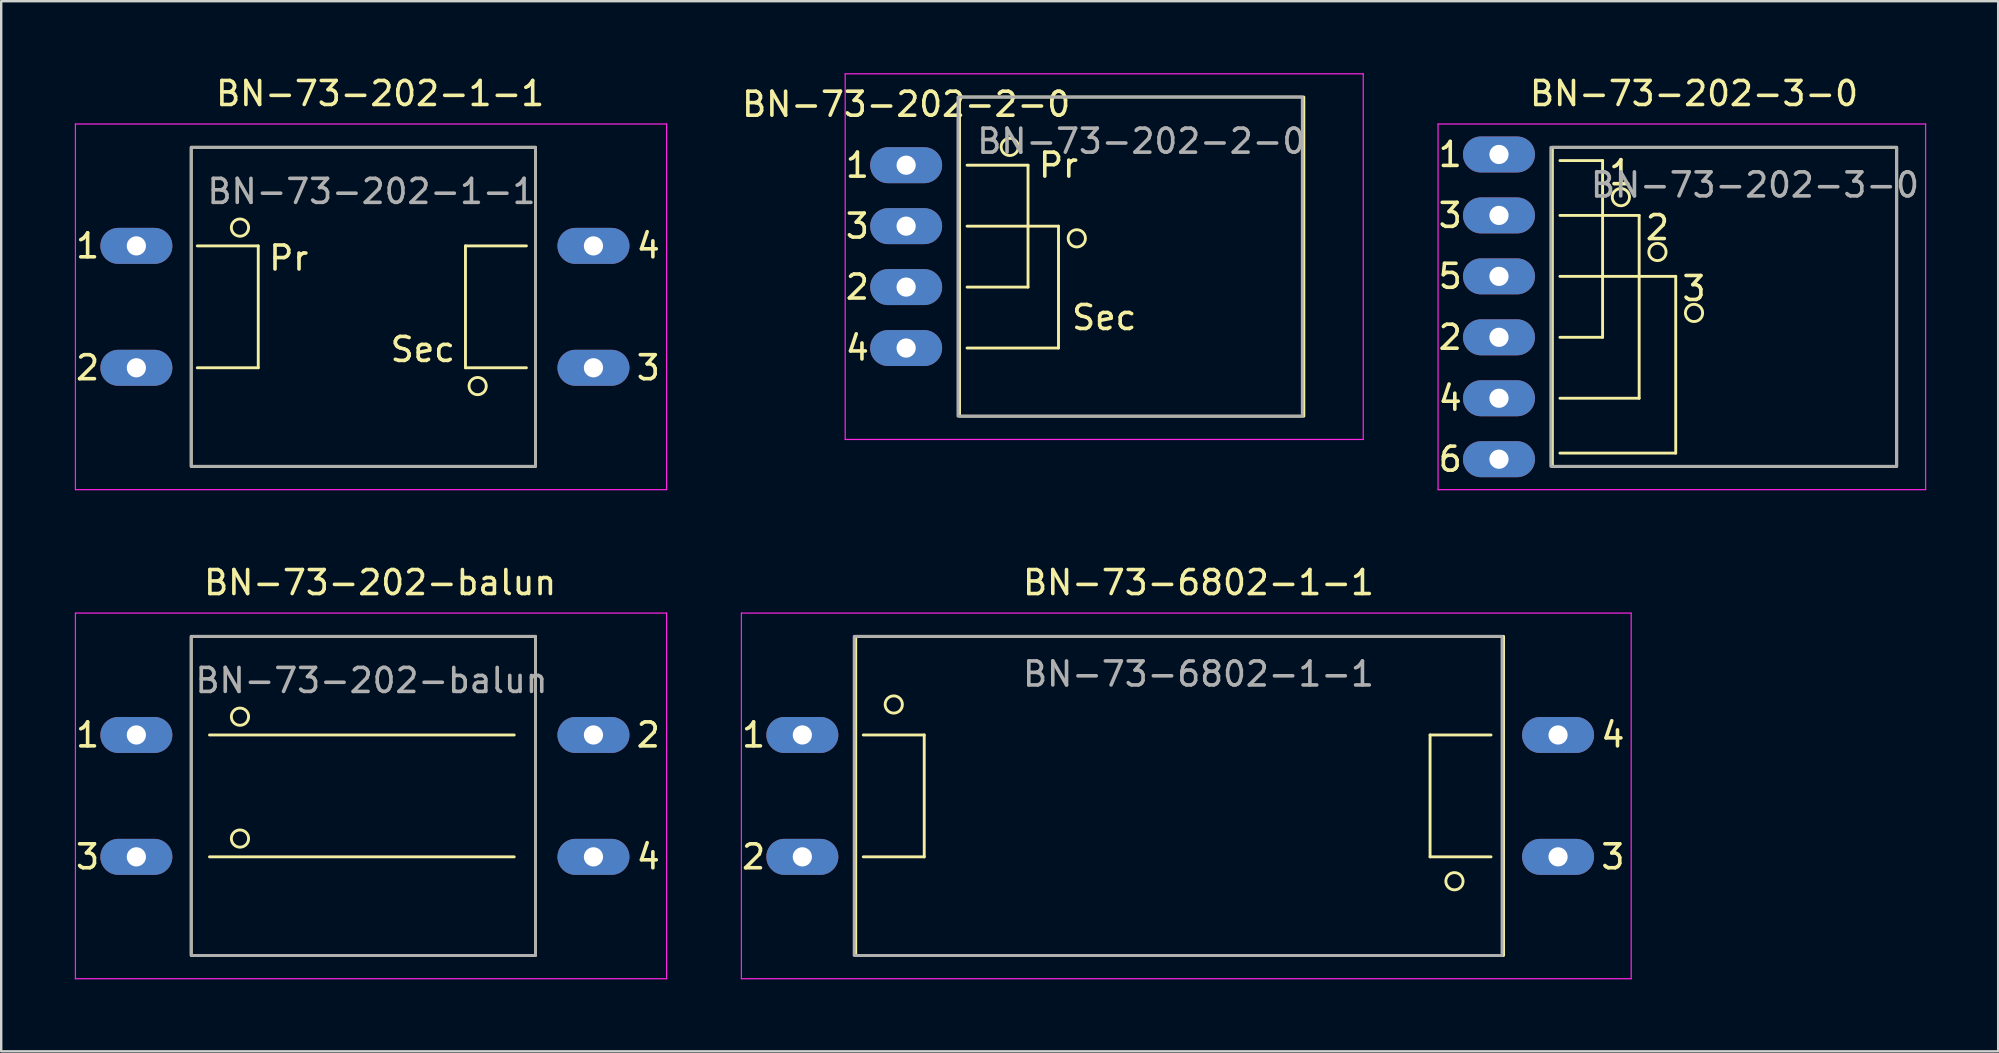
<source format=kicad_pcb>
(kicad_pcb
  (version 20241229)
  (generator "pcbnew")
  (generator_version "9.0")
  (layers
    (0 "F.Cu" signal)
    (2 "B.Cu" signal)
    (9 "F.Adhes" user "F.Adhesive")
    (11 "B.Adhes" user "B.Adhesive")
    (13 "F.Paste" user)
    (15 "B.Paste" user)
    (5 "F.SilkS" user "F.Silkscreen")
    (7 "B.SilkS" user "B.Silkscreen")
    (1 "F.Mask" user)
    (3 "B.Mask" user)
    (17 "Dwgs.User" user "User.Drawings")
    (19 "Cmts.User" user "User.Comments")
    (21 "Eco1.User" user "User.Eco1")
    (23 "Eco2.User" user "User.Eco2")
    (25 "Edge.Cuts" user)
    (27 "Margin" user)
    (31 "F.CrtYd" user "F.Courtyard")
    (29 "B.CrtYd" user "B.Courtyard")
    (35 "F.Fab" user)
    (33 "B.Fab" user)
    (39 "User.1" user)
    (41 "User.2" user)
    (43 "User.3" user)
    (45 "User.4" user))
  (footprint "BN-73-202-3-0"
    (layer "F.Cu")
    (at 59.423 3.388)
    (property "Reference" "BN-73-202-3-0" (at 8.128 -2.54 0) (layer "F.SilkS") (effects (font (size 1 1) (thickness 0.15))))
    (attr through_hole)
    (fp_line (start 2.54 0.254) (end 4.318 0.254) (stroke (width 0.12) (type solid)) (layer "F.SilkS"))
    (fp_line (start 2.54 2.54) (end 5.842 2.54) (stroke (width 0.12) (type solid)) (layer "F.SilkS"))
    (fp_line (start 2.54 5.08) (end 7.366 5.08) (stroke (width 0.12) (type solid)) (layer "F.SilkS"))
    (fp_line (start 4.318 0.254) (end 4.318 7.62) (stroke (width 0.12) (type solid)) (layer "F.SilkS"))
    (fp_line (start 4.318 7.62) (end 2.54 7.62) (stroke (width 0.12) (type solid)) (layer "F.SilkS"))
    (fp_line (start 5.842 2.54) (end 5.842 10.16) (stroke (width 0.12) (type solid)) (layer "F.SilkS"))
    (fp_line (start 5.842 10.16) (end 2.54 10.16) (stroke (width 0.12) (type solid)) (layer "F.SilkS"))
    (fp_line (start 7.366 5.08) (end 7.366 12.446) (stroke (width 0.12) (type solid)) (layer "F.SilkS"))
    (fp_line (start 7.366 12.446) (end 2.54 12.446) (stroke (width 0.12) (type solid)) (layer "F.SilkS"))
    (fp_rect (start 2.225 -0.3) (end 16.575 13) (stroke (width 0.12) (type solid)) (fill no) (layer "F.SilkS"))
    (fp_circle (center 5.08 1.778) (end 5.334 2.032) (stroke (width 0.12) (type solid)) (fill no) (layer "F.SilkS"))
    (fp_circle (center 6.604 4.064) (end 6.858 4.318) (stroke (width 0.12) (type solid)) (fill no) (layer "F.SilkS"))
    (fp_circle (center 8.128 6.604) (end 8.382 6.858) (stroke (width 0.12) (type solid)) (fill no) (layer "F.SilkS"))
    (fp_line (start -2.54 -1.27) (end -2.54 13.97) (stroke (width 0.05) (type solid)) (layer "F.CrtYd"))
    (fp_line (start -2.54 13.97) (end 17.78 13.97) (stroke (width 0.05) (type solid)) (layer "F.CrtYd"))
    (fp_line (start 17.78 -1.27) (end -2.54 -1.27) (stroke (width 0.05) (type solid)) (layer "F.CrtYd"))
    (fp_line (start 17.78 13.97) (end 17.78 -1.27) (stroke (width 0.05) (type solid)) (layer "F.CrtYd"))
    (fp_rect (start 2.16 -0.3) (end 16.575 13) (stroke (width 0.12) (type solid)) (fill no) (layer "F.Fab"))
    (fp_text user "3" (at -2.032 2.54 0) (unlocked yes) (layer "F.SilkS") (effects (font (size 1 1) (thickness 0.15))))
    (fp_text user "4" (at -2.032 10.16 0) (unlocked yes) (layer "F.SilkS") (effects (font (size 1 1) (thickness 0.15))))
    (fp_text user "2" (at -2.032 7.62 0) (unlocked yes) (layer "F.SilkS") (effects (font (size 1 1) (thickness 0.15))))
    (fp_text user "2" (at 6.604 3.048 0) (unlocked yes) (layer "F.SilkS") (effects (font (size 1 1) (thickness 0.15))))
    (fp_text user "5" (at -2.032 5.08 0) (unlocked yes) (layer "F.SilkS") (effects (font (size 1 1) (thickness 0.15))))
    (fp_text user "6" (at -2.032 12.7 0) (unlocked yes) (layer "F.SilkS") (effects (font (size 1 1) (thickness 0.15))))
    (fp_text user "1" (at -2.032 0 0) (unlocked yes) (layer "F.SilkS") (effects (font (size 1 1) (thickness 0.15))))
    (fp_text user "1" (at 5.08 0.762 0) (unlocked yes) (layer "F.SilkS") (effects (font (size 1 1) (thickness 0.15))))
    (fp_text user "3" (at 8.128 5.588 0) (unlocked yes) (layer "F.SilkS") (effects (font (size 1 1) (thickness 0.15))))
    (fp_text user "${REFERENCE}" (at 10.668 1.27 0) (layer "F.Fab") (effects (font (size 1 1) (thickness 0.15))))
    (pad "1" thru_hole oval (at 0 0) (size 3 1.5) (drill 0.8) (layers "*.Cu" "*.Mask"))
    (pad "2" thru_hole oval (at 0 7.62) (size 3 1.5) (drill 0.8) (layers "*.Cu" "*.Mask"))
    (pad "3" thru_hole oval (at 0 2.54) (size 3 1.5) (drill 0.8) (layers "*.Cu" "*.Mask"))
    (pad "4" thru_hole oval (at 0 10.16) (size 3 1.5) (drill 0.8) (layers "*.Cu" "*.Mask"))
    (pad "5" thru_hole oval (at 0 5.08) (size 3 1.5) (drill 0.8) (layers "*.Cu" "*.Mask"))
    (pad "6" thru_hole oval (at 0 12.7) (size 3 1.5) (drill 0.8) (layers "*.Cu" "*.Mask")))
  (footprint "BN-73-202-2-0"
    (layer "F.Cu")
    (at 34.715 3.835)
    (property "Reference" "BN-73-202-2-0" (at 0 -2.54 0) (layer "F.SilkS") (effects (font (size 1 1) (thickness 0.15))))
    (attr through_hole)
    (fp_line (start 2.54 0) (end 5.08 0) (stroke (width 0.12) (type solid)) (layer "F.SilkS"))
    (fp_line (start 2.54 2.54) (end 6.35 2.54) (stroke (width 0.12) (type solid)) (layer "F.SilkS"))
    (fp_line (start 5.08 0) (end 5.08 5.08) (stroke (width 0.12) (type solid)) (layer "F.SilkS"))
    (fp_line (start 5.08 5.08) (end 2.54 5.08) (stroke (width 0.12) (type solid)) (layer "F.SilkS"))
    (fp_line (start 6.35 2.54) (end 6.35 7.62) (stroke (width 0.12) (type solid)) (layer "F.SilkS"))
    (fp_line (start 6.35 7.62) (end 2.54 7.62) (stroke (width 0.12) (type solid)) (layer "F.SilkS"))
    (fp_rect (start 2.225 -2.84) (end 16.575 10.46) (stroke (width 0.12) (type solid)) (fill no) (layer "F.SilkS"))
    (fp_circle (center 4.318 -0.762) (end 4.572 -0.508) (stroke (width 0.12) (type solid)) (fill no) (layer "F.SilkS"))
    (fp_circle (center 7.112 3.048) (end 6.858 3.302) (stroke (width 0.12) (type solid)) (fill no) (layer "F.SilkS"))
    (fp_line (start -2.54 -3.81) (end -2.54 11.43) (stroke (width 0.05) (type solid)) (layer "F.CrtYd"))
    (fp_line (start -2.54 11.43) (end 19.05 11.43) (stroke (width 0.05) (type solid)) (layer "F.CrtYd"))
    (fp_line (start 19.05 -3.81) (end -2.54 -3.81) (stroke (width 0.05) (type solid)) (layer "F.CrtYd"))
    (fp_line (start 19.05 11.43) (end 19.05 -3.81) (stroke (width 0.05) (type solid)) (layer "F.CrtYd"))
    (fp_rect (start 2.16 -2.84) (end 16.51 10.46) (stroke (width 0.12) (type solid)) (fill no) (layer "F.Fab"))
    (fp_text user "2" (at -2.032 5.08 0) (unlocked yes) (layer "F.SilkS") (effects (font (size 1 1) (thickness 0.15))))
    (fp_text user "Pr" (at 6.35 0 0) (unlocked yes) (layer "F.SilkS") (effects (font (size 1 1) (thickness 0.15))))
    (fp_text user "Sec" (at 8.255 6.35 0) (unlocked yes) (layer "F.SilkS") (effects (font (size 1 1) (thickness 0.15))))
    (fp_text user "4" (at -2.032 7.62 0) (unlocked yes) (layer "F.SilkS") (effects (font (size 1 1) (thickness 0.15))))
    (fp_text user "1" (at -2.032 0 0) (unlocked yes) (layer "F.SilkS") (effects (font (size 1 1) (thickness 0.15))))
    (fp_text user "3" (at -2.032 2.54 0) (unlocked yes) (layer "F.SilkS") (effects (font (size 1 1) (thickness 0.15))))
    (fp_text user "${REFERENCE}" (at 9.8 -1 0) (layer "F.Fab") (effects (font (size 1 1) (thickness 0.15))))
    (pad "1" thru_hole oval (at 0 0) (size 3 1.5) (drill 0.8) (layers "*.Cu" "*.Mask"))
    (pad "2" thru_hole oval (at 0 5.08) (size 3 1.5) (drill 0.8) (layers "*.Cu" "*.Mask"))
    (pad "3" thru_hole oval (at 0 2.54) (size 3 1.5) (drill 0.8) (layers "*.Cu" "*.Mask"))
    (pad "4" thru_hole oval (at 0 7.62) (size 3 1.5) (drill 0.8) (layers "*.Cu" "*.Mask")))
  (footprint "BN-73-202-balun"
    (layer "F.Cu")
    (at 2.633 27.581)
    (property "Reference" "BN-73-202-balun" (at 10.16 -6.35 0) (layer "F.SilkS") (effects (font (size 1 1) (thickness 0.15))))
    (attr through_hole)
    (fp_line (start 3.048 0) (end 15.748 0) (stroke (width 0.12) (type solid)) (layer "F.SilkS"))
    (fp_line (start 15.748 5.08) (end 3.048 5.08) (stroke (width 0.12) (type solid)) (layer "F.SilkS"))
    (fp_rect (start 2.286 -4.11) (end 16.636 9.19) (stroke (width 0.12) (type solid)) (fill no) (layer "F.SilkS"))
    (fp_circle (center 4.318 -0.762) (end 4.572 -0.508) (stroke (width 0.12) (type solid)) (fill no) (layer "F.SilkS"))
    (fp_circle (center 4.318 4.318) (end 4.572 4.572) (stroke (width 0.12) (type solid)) (fill no) (layer "F.SilkS"))
    (fp_line (start -2.54 -5.08) (end -2.54 10.16) (stroke (width 0.05) (type solid)) (layer "F.CrtYd"))
    (fp_line (start -2.54 10.16) (end 22.098 10.16) (stroke (width 0.05) (type solid)) (layer "F.CrtYd"))
    (fp_line (start 22.098 -5.08) (end -2.54 -5.08) (stroke (width 0.05) (type solid)) (layer "F.CrtYd"))
    (fp_line (start 22.098 10.16) (end 22.098 -5.08) (stroke (width 0.05) (type solid)) (layer "F.CrtYd"))
    (fp_rect (start 2.286 -4.11) (end 16.636 9.19) (stroke (width 0.12) (type solid)) (fill no) (layer "F.Fab"))
    (fp_text user "1" (at -2.032 0 0) (unlocked yes) (layer "F.SilkS") (effects (font (size 1 1) (thickness 0.15))))
    (fp_text user "4" (at 21.336 5.08 0) (unlocked yes) (layer "F.SilkS") (effects (font (size 1 1) (thickness 0.15))))
    (fp_text user "2" (at 21.336 0 0) (unlocked yes) (layer "F.SilkS") (effects (font (size 1 1) (thickness 0.15))))
    (fp_text user "3" (at -2.032 5.08 0) (unlocked yes) (layer "F.SilkS") (effects (font (size 1 1) (thickness 0.15))))
    (fp_text user "${REFERENCE}" (at 9.8 -2.27 0) (layer "F.Fab") (effects (font (size 1 1) (thickness 0.15))))
    (pad "1" thru_hole oval (at 0 0) (size 3 1.5) (drill 0.8) (layers "*.Cu" "*.Mask"))
    (pad "2" thru_hole oval (at 19.05 0) (size 3 1.5) (drill 0.8) (layers "*.Cu" "*.Mask"))
    (pad "3" thru_hole oval (at 0 5.08) (size 3 1.5) (drill 0.8) (layers "*.Cu" "*.Mask"))
    (pad "4" thru_hole oval (at 19.05 5.08) (size 3 1.5) (drill 0.8) (layers "*.Cu" "*.Mask")))
  (footprint "BN-73-202-1-1"
    (layer "F.Cu")
    (at 2.633 7.198)
    (property "Reference" "BN-73-202-1-1" (at 10.16 -6.35 0) (layer "F.SilkS") (effects (font (size 1 1) (thickness 0.15))))
    (attr through_hole)
    (fp_line (start 2.54 0) (end 5.08 0) (stroke (width 0.12) (type solid)) (layer "F.SilkS"))
    (fp_line (start 5.08 0) (end 5.08 5.08) (stroke (width 0.12) (type solid)) (layer "F.SilkS"))
    (fp_line (start 5.08 5.08) (end 2.54 5.08) (stroke (width 0.12) (type solid)) (layer "F.SilkS"))
    (fp_line (start 13.716 0) (end 13.716 5.08) (stroke (width 0.12) (type solid)) (layer "F.SilkS"))
    (fp_line (start 13.716 5.08) (end 16.256 5.08) (stroke (width 0.12) (type solid)) (layer "F.SilkS"))
    (fp_line (start 16.256 0) (end 13.716 0) (stroke (width 0.12) (type solid)) (layer "F.SilkS"))
    (fp_rect (start 2.286 -4.11) (end 16.636 9.19) (stroke (width 0.12) (type solid)) (fill no) (layer "F.SilkS"))
    (fp_circle (center 4.318 -0.762) (end 4.572 -0.508) (stroke (width 0.12) (type solid)) (fill no) (layer "F.SilkS"))
    (fp_circle (center 14.224 5.842) (end 14.478 6.096) (stroke (width 0.12) (type solid)) (fill no) (layer "F.SilkS"))
    (fp_line (start -2.54 -5.08) (end -2.54 10.16) (stroke (width 0.05) (type solid)) (layer "F.CrtYd"))
    (fp_line (start -2.54 10.16) (end 22.098 10.16) (stroke (width 0.05) (type solid)) (layer "F.CrtYd"))
    (fp_line (start 22.098 -5.08) (end -2.54 -5.08) (stroke (width 0.05) (type solid)) (layer "F.CrtYd"))
    (fp_line (start 22.098 10.16) (end 22.098 -5.08) (stroke (width 0.05) (type solid)) (layer "F.CrtYd"))
    (fp_rect (start 2.286 -4.11) (end 16.636 9.19) (stroke (width 0.12) (type solid)) (fill no) (layer "F.Fab"))
    (fp_text user "Pr" (at 6.35 0.508 0) (unlocked yes) (layer "F.SilkS") (effects (font (size 1 1) (thickness 0.15))))
    (fp_text user "4" (at 21.336 0 0) (unlocked yes) (layer "F.SilkS") (effects (font (size 1 1) (thickness 0.15))))
    (fp_text user "Sec" (at 11.938 4.318 0) (unlocked yes) (layer "F.SilkS") (effects (font (size 1 1) (thickness 0.15))))
    (fp_text user "3" (at 21.336 5.08 0) (unlocked yes) (layer "F.SilkS") (effects (font (size 1 1) (thickness 0.15))))
    (fp_text user "1" (at -2.032 0 0) (unlocked yes) (layer "F.SilkS") (effects (font (size 1 1) (thickness 0.15))))
    (fp_text user "2" (at -2.032 5.08 0) (unlocked yes) (layer "F.SilkS") (effects (font (size 1 1) (thickness 0.15))))
    (fp_text user "${REFERENCE}" (at 9.8 -2.27 0) (layer "F.Fab") (effects (font (size 1 1) (thickness 0.15))))
    (pad "1" thru_hole oval (at 0 0) (size 3 1.5) (drill 0.8) (layers "*.Cu" "*.Mask"))
    (pad "2" thru_hole oval (at 0 5.08) (size 3 1.5) (drill 0.8) (layers "*.Cu" "*.Mask"))
    (pad "3" thru_hole oval (at 19.05 5.08) (size 3 1.5) (drill 0.8) (layers "*.Cu" "*.Mask"))
    (pad "4" thru_hole oval (at 19.05 0) (size 3 1.5) (drill 0.8) (layers "*.Cu" "*.Mask")))
  (footprint "BN-73-6802-1-1"
    (layer "F.Cu")
    (at 30.389 27.581)
    (property "Reference" "BN-73-6802-1-1" (at 16.51 -6.35 0) (layer "F.SilkS") (effects (font (size 1 1) (thickness 0.15))))
    (attr through_hole)
    (fp_line (start 2.54 0) (end 5.08 0) (stroke (width 0.12) (type solid)) (layer "F.SilkS"))
    (fp_line (start 5.08 0) (end 5.08 5.08) (stroke (width 0.12) (type solid)) (layer "F.SilkS"))
    (fp_line (start 5.08 5.08) (end 2.54 5.08) (stroke (width 0.12) (type solid)) (layer "F.SilkS"))
    (fp_line (start 26.162 0) (end 26.162 5.08) (stroke (width 0.12) (type solid)) (layer "F.SilkS"))
    (fp_line (start 26.162 5.08) (end 28.702 5.08) (stroke (width 0.12) (type solid)) (layer "F.SilkS"))
    (fp_line (start 28.702 0) (end 26.162 0) (stroke (width 0.12) (type solid)) (layer "F.SilkS"))
    (fp_rect (start 2.225 -4.11) (end 29.225 9.19) (stroke (width 0.12) (type solid)) (fill no) (layer "F.SilkS"))
    (fp_circle (center 3.81 -1.27) (end 4.064 -1.016) (stroke (width 0.12) (type solid)) (fill no) (layer "F.SilkS"))
    (fp_circle (center 27.178 6.096) (end 26.924 6.35) (stroke (width 0.12) (type solid)) (fill no) (layer "F.SilkS"))
    (fp_line (start -2.54 -5.08) (end -2.54 10.16) (stroke (width 0.05) (type solid)) (layer "F.CrtYd"))
    (fp_line (start -2.54 10.16) (end 34.544 10.16) (stroke (width 0.05) (type solid)) (layer "F.CrtYd"))
    (fp_line (start 34.544 -5.08) (end -2.54 -5.08) (stroke (width 0.05) (type solid)) (layer "F.CrtYd"))
    (fp_line (start 34.544 10.16) (end 34.544 -5.08) (stroke (width 0.05) (type solid)) (layer "F.CrtYd"))
    (fp_rect (start 2.16 -4.11) (end 29.16 9.19) (stroke (width 0.12) (type solid)) (fill no) (layer "F.Fab"))
    (fp_text user "4" (at 33.782 0 0) (unlocked yes) (layer "F.SilkS") (effects (font (size 1 1) (thickness 0.15))))
    (fp_text user "1" (at -2.032 0 0) (unlocked yes) (layer "F.SilkS") (effects (font (size 1 1) (thickness 0.15))))
    (fp_text user "2" (at -2.032 5.08 0) (unlocked yes) (layer "F.SilkS") (effects (font (size 1 1) (thickness 0.15))))
    (fp_text user "3" (at 33.782 5.08 0) (unlocked yes) (layer "F.SilkS") (effects (font (size 1 1) (thickness 0.15))))
    (fp_text user "${REFERENCE}" (at 16.51 -2.54 0) (layer "F.Fab") (effects (font (size 1 1) (thickness 0.15))))
    (pad "1" thru_hole oval (at 0 0) (size 3 1.5) (drill 0.8) (layers "*.Cu" "*.Mask"))
    (pad "2" thru_hole oval (at 0 5.08) (size 3 1.5) (drill 0.8) (layers "*.Cu" "*.Mask"))
    (pad "3" thru_hole oval (at 31.496 5.08) (size 3 1.5) (drill 0.8) (layers "*.Cu" "*.Mask"))
    (pad "4" thru_hole oval (at 31.496 0) (size 3 1.5) (drill 0.8) (layers "*.Cu" "*.Mask")))
  (gr_rect
    (start -3 -3)
    (end 80.228 40.767)
    (stroke (width 0.1) (type default))
    (fill no)
    (layer "Edge.Cuts")))
</source>
